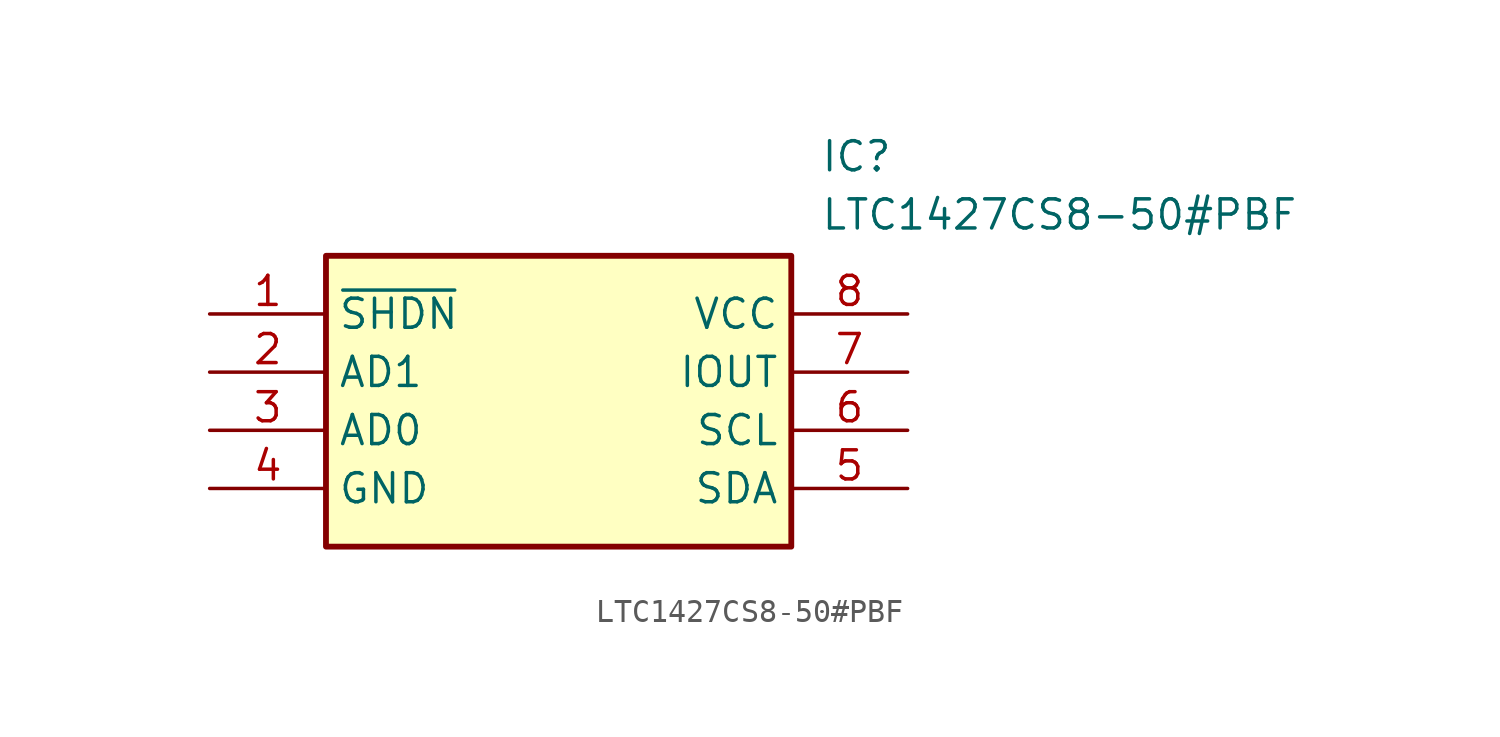
<source format=kicad_sym>
(kicad_symbol_lib
  (version 20211014)
  (generator SamacSys_ECAD_Model)
  (symbol "LTC1427CS8-50#PBF"
    (property "Reference" "IC"
      (at 26.67 7.62 0)
      (effects (font (size 1.27 1.27)) (justify left top)))
    (property "Value" "LTC1427CS8-50#PBF"
      (at 26.67 5.08 0)
      (effects (font (size 1.27 1.27)) (justify left top)))
    (rectangle
      (start 5.08 2.54)
      (end 25.4 -10.16)
      (stroke (width 0.254) (type default))
      (fill (type background)))
    (pin passive line
      (at 0 0 0)
      (length 5.08)
      (name "~{SHDN}" (effects (font (size 1.27 1.27))))
      (number "1" (effects (font (size 1.27 1.27)))))
    (pin passive line
      (at 0 -2.54 0)
      (length 5.08)
      (name "AD1" (effects (font (size 1.27 1.27))))
      (number "2" (effects (font (size 1.27 1.27)))))
    (pin passive line
      (at 0 -5.08 0)
      (length 5.08)
      (name "AD0" (effects (font (size 1.27 1.27))))
      (number "3" (effects (font (size 1.27 1.27)))))
    (pin passive line
      (at 0 -7.62 0)
      (length 5.08)
      (name "GND" (effects (font (size 1.27 1.27))))
      (number "4" (effects (font (size 1.27 1.27)))))
    (pin passive line
      (at 30.48 0 180)
      (length 5.08)
      (name "VCC" (effects (font (size 1.27 1.27))))
      (number "8" (effects (font (size 1.27 1.27)))))
    (pin passive line
      (at 30.48 -2.54 180)
      (length 5.08)
      (name "IOUT" (effects (font (size 1.27 1.27))))
      (number "7" (effects (font (size 1.27 1.27)))))
    (pin passive line
      (at 30.48 -5.08 180)
      (length 5.08)
      (name "SCL" (effects (font (size 1.27 1.27))))
      (number "6" (effects (font (size 1.27 1.27)))))
    (pin passive line
      (at 30.48 -7.62 180)
      (length 5.08)
      (name "SDA" (effects (font (size 1.27 1.27))))
      (number "5" (effects (font (size 1.27 1.27)))))))
</source>
